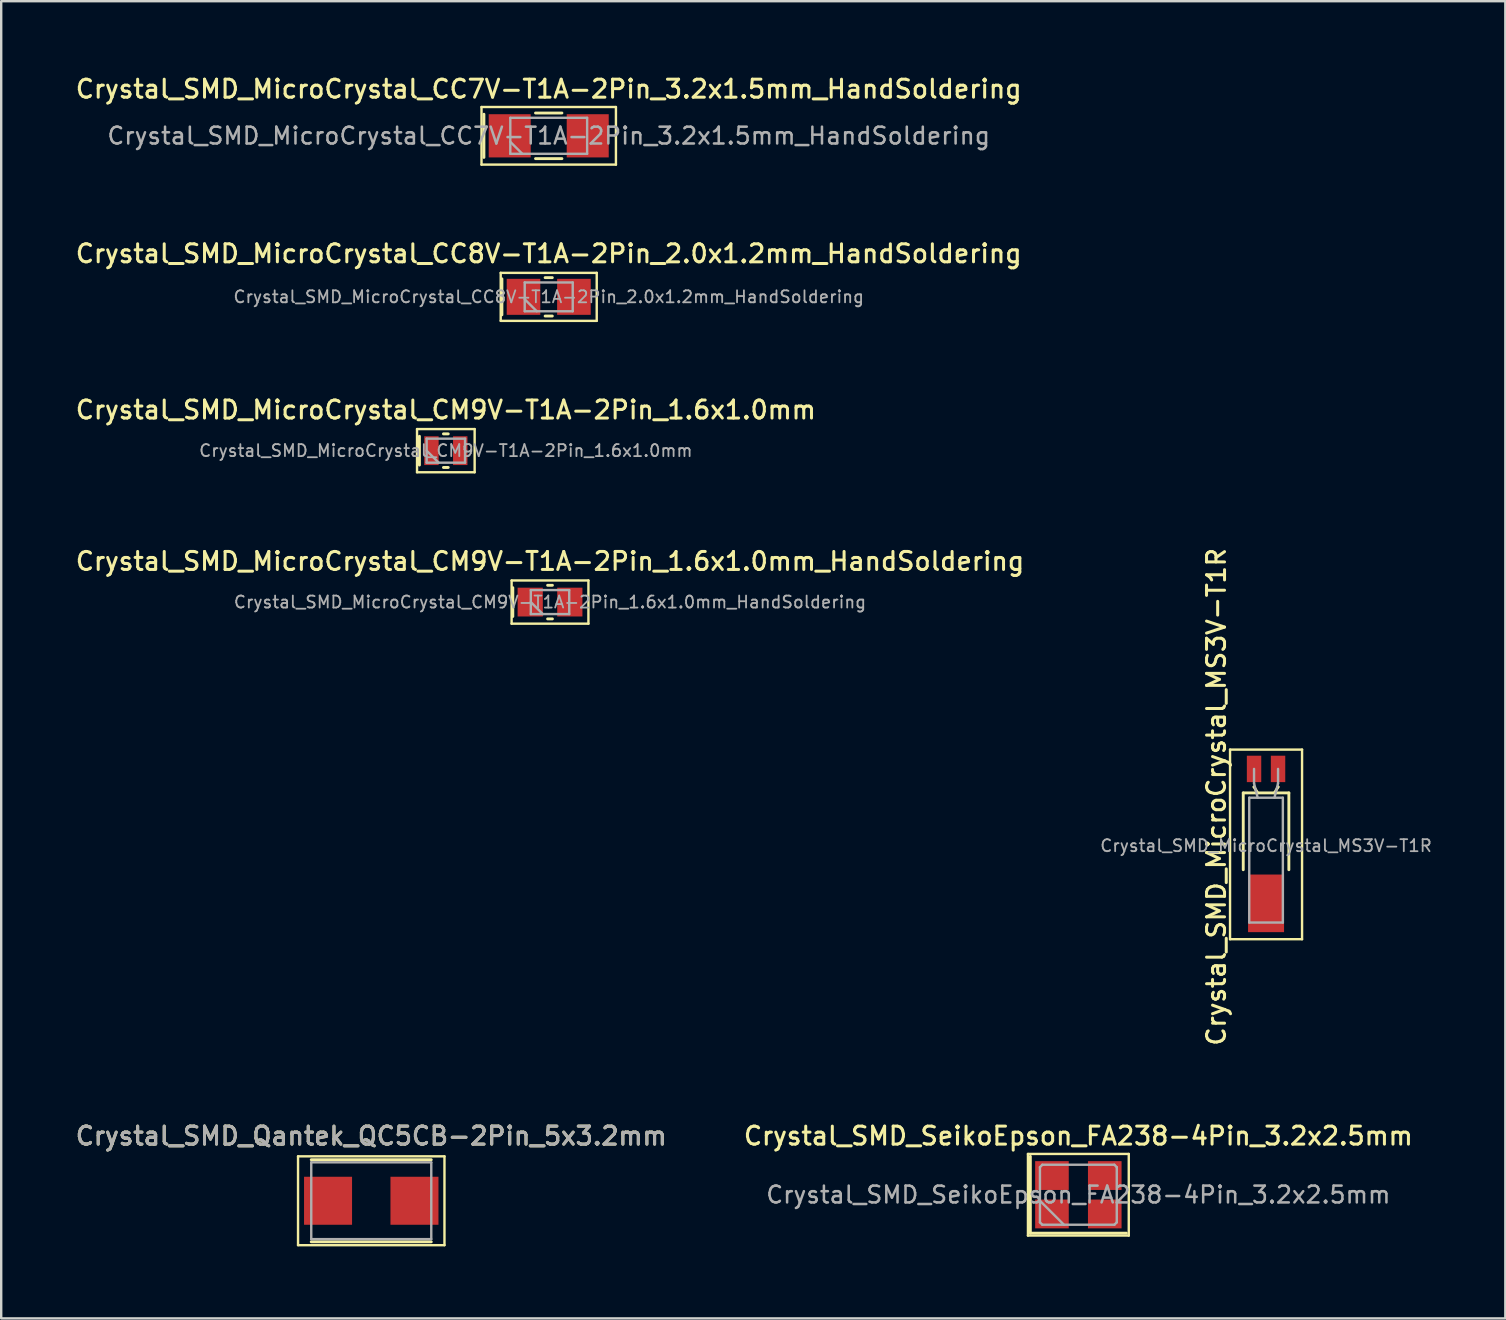
<source format=kicad_pcb>
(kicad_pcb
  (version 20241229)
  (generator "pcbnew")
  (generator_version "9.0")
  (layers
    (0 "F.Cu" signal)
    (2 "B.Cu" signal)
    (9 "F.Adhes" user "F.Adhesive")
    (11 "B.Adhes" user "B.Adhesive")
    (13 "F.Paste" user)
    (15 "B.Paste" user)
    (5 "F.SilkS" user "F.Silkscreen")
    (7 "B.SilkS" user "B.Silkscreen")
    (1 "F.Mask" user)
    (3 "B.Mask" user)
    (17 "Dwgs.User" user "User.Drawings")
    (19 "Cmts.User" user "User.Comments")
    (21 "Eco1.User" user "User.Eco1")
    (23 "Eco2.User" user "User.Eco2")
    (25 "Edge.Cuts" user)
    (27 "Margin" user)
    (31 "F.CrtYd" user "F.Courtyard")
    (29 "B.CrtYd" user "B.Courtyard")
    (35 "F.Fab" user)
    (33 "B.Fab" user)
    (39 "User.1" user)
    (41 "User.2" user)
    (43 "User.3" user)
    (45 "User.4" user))
  (footprint "Crystal_SMD_Qantek_QC5CB-2Pin_5x3.2mm"
    (layer "F.Cu")
    (at 12.416 46.972)
    (property "Reference" "Crystal_SMD_Qantek_QC5CB-2Pin_5x3.2mm" (at 0 -2.7 0) (layer "F.SilkS") (effects (font (size 0.75 0.75) (thickness 0.125))))
    (attr smd)
    (fp_line (start -3.05 -1.85) (end -3.05 1.85) (stroke (width 0.1) (type solid)) (layer "F.SilkS"))
    (fp_line (start -3.05 -1.85) (end 3.05 -1.85) (stroke (width 0.1) (type solid)) (layer "F.SilkS"))
    (fp_line (start -3.05 1.85) (end 3.05 1.85) (stroke (width 0.1) (type solid)) (layer "F.SilkS"))
    (fp_line (start -2.5 -1.71) (end 2.5 -1.71) (stroke (width 0.12) (type solid)) (layer "F.SilkS"))
    (fp_line (start -2.5 1.71) (end 2.5 1.71) (stroke (width 0.12) (type solid)) (layer "F.SilkS"))
    (fp_line (start 3.05 -1.85) (end 3.05 1.85) (stroke (width 0.1) (type solid)) (layer "F.SilkS"))
    (fp_line (start -2.5 -1.6) (end -2.5 1.6) (stroke (width 0.1) (type solid)) (layer "F.Fab"))
    (fp_line (start -2.5 -1.6) (end 2.5 -1.6) (stroke (width 0.1) (type solid)) (layer "F.Fab"))
    (fp_line (start -2.5 1.6) (end 2.5 1.6) (stroke (width 0.1) (type solid)) (layer "F.Fab"))
    (fp_line (start 2.5 -1.6) (end 2.5 1.6) (stroke (width 0.1) (type solid)) (layer "F.Fab"))
    (fp_text user "${REFERENCE}" (at 0 -2.7 0) (layer "F.Fab") (effects (font (size 0.75 0.75) (thickness 0.125))))
    (pad "1" smd rect (at -1.8 0) (size 2 2) (layers "F.Cu" "F.Mask" "F.Paste"))
    (pad "2" smd rect (at 1.8 0) (size 2 2) (layers "F.Cu" "F.Mask" "F.Paste")))
  (footprint "Crystal_SMD_MicroCrystal_CC7V-T1A-2Pin_3.2x1.5mm_HandSoldering"
    (layer "F.Cu")
    (at 19.809 2.608)
    (property "Reference" "Crystal_SMD_MicroCrystal_CC7V-T1A-2Pin_3.2x1.5mm_HandSoldering" (at 0 -1.95 0) (layer "F.SilkS") (effects (font (size 0.75 0.75) (thickness 0.125))))
    (attr smd)
    (fp_line (start -2.8 -1.2) (end -2.8 1.2) (stroke (width 0.1) (type solid)) (layer "F.SilkS"))
    (fp_line (start -2.8 1.2) (end 2.8 1.2) (stroke (width 0.1) (type solid)) (layer "F.SilkS"))
    (fp_line (start -2.7 -0.9) (end -2.7 0.9) (stroke (width 0.12) (type solid)) (layer "F.SilkS"))
    (fp_line (start -0.55 -0.95) (end 0.55 -0.95) (stroke (width 0.12) (type solid)) (layer "F.SilkS"))
    (fp_line (start -0.55 0.95) (end 0.55 0.95) (stroke (width 0.12) (type solid)) (layer "F.SilkS"))
    (fp_line (start 2.8 -1.2) (end -2.8 -1.2) (stroke (width 0.1) (type solid)) (layer "F.SilkS"))
    (fp_line (start 2.8 1.2) (end 2.8 -1.2) (stroke (width 0.1) (type solid)) (layer "F.SilkS"))
    (fp_line (start -1.6 -0.75) (end -1.6 0.75) (stroke (width 0.1) (type solid)) (layer "F.Fab"))
    (fp_line (start -1.6 0.25) (end -1.1 0.75) (stroke (width 0.1) (type solid)) (layer "F.Fab"))
    (fp_line (start -1.6 0.75) (end 1.6 0.75) (stroke (width 0.1) (type solid)) (layer "F.Fab"))
    (fp_line (start 1.6 -0.75) (end -1.6 -0.75) (stroke (width 0.1) (type solid)) (layer "F.Fab"))
    (fp_line (start 1.6 0.75) (end 1.6 -0.75) (stroke (width 0.1) (type solid)) (layer "F.Fab"))
    (fp_text user "${REFERENCE}" (at 0 0 0) (layer "F.Fab") (effects (font (size 0.7 0.7) (thickness 0.105))))
    (pad "1" smd rect (at -1.625 0) (size 1.75 1.8) (layers "F.Cu" "F.Mask" "F.Paste"))
    (pad "2" smd rect (at 1.625 0) (size 1.75 1.8) (layers "F.Cu" "F.Mask" "F.Paste")))
  (footprint "Crystal_SMD_SeikoEpson_FA238-4Pin_3.2x2.5mm"
    (layer "F.Cu")
    (at 41.873 46.722)
    (property "Reference" "Crystal_SMD_SeikoEpson_FA238-4Pin_3.2x2.5mm" (at 0 -2.45 0) (layer "F.SilkS") (effects (font (size 0.75 0.75) (thickness 0.125))))
    (attr smd)
    (fp_line (start -2.1 -1.7) (end -2.1 1.7) (stroke (width 0.1) (type solid)) (layer "F.SilkS"))
    (fp_line (start -2.1 1.7) (end 2.1 1.7) (stroke (width 0.1) (type solid)) (layer "F.SilkS"))
    (fp_line (start -2 -1.6) (end -2 1.6) (stroke (width 0.12) (type solid)) (layer "F.SilkS"))
    (fp_line (start -2 1.6) (end 2 1.6) (stroke (width 0.12) (type solid)) (layer "F.SilkS"))
    (fp_line (start 2.1 -1.7) (end -2.1 -1.7) (stroke (width 0.1) (type solid)) (layer "F.SilkS"))
    (fp_line (start 2.1 1.7) (end 2.1 -1.7) (stroke (width 0.1) (type solid)) (layer "F.SilkS"))
    (fp_line (start -1.6 -1.15) (end -1.5 -1.25) (stroke (width 0.1) (type solid)) (layer "F.Fab"))
    (fp_line (start -1.6 0.25) (end -0.6 1.25) (stroke (width 0.1) (type solid)) (layer "F.Fab"))
    (fp_line (start -1.6 1.15) (end -1.6 -1.15) (stroke (width 0.1) (type solid)) (layer "F.Fab"))
    (fp_line (start -1.5 -1.25) (end 1.5 -1.25) (stroke (width 0.1) (type solid)) (layer "F.Fab"))
    (fp_line (start -1.5 1.25) (end -1.6 1.15) (stroke (width 0.1) (type solid)) (layer "F.Fab"))
    (fp_line (start 1.5 -1.25) (end 1.6 -1.15) (stroke (width 0.1) (type solid)) (layer "F.Fab"))
    (fp_line (start 1.5 1.25) (end -1.5 1.25) (stroke (width 0.1) (type solid)) (layer "F.Fab"))
    (fp_line (start 1.6 -1.15) (end 1.6 1.15) (stroke (width 0.1) (type solid)) (layer "F.Fab"))
    (fp_line (start 1.6 1.15) (end 1.5 1.25) (stroke (width 0.1) (type solid)) (layer "F.Fab"))
    (fp_text user "${REFERENCE}" (at 0 0 0) (layer "F.Fab") (effects (font (size 0.7 0.7) (thickness 0.105))))
    (pad "1" smd rect (at -1.1 0.8) (size 1.4 1.2) (layers "F.Cu" "F.Mask" "F.Paste"))
    (pad "2" smd rect (at 1.1 0.8) (size 1.4 1.2) (layers "F.Cu" "F.Mask" "F.Paste"))
    (pad "3" smd rect (at 1.1 -0.8) (size 1.4 1.2) (layers "F.Cu" "F.Mask" "F.Paste"))
    (pad "4" smd rect (at -1.1 -0.8) (size 1.4 1.2) (layers "F.Cu" "F.Mask" "F.Paste")))
  (footprint "Crystal_SMD_MicroCrystal_MS3V-T1R"
    (layer "F.Cu")
    (at 49.692 32.107)
    (property "Reference" "Crystal_SMD_MicroCrystal_MS3V-T1R" (at -2.07 -1.962 90) (layer "F.SilkS") (effects (font (size 0.75 0.75) (thickness 0.125))))
    (attr smd)
    (fp_line (start -1.5 -3.93) (end -1.5 3.97) (stroke (width 0.1) (type solid)) (layer "F.SilkS"))
    (fp_line (start -1.5 3.97) (end 1.5 3.97) (stroke (width 0.1) (type solid)) (layer "F.SilkS"))
    (fp_line (start -0.95 -2.125) (end 0.95 -2.125) (stroke (width 0.12) (type solid)) (layer "F.SilkS"))
    (fp_line (start -0.95 1.075) (end -0.95 -2.125) (stroke (width 0.12) (type solid)) (layer "F.SilkS"))
    (fp_line (start -0.5 -2.375) (end -0.5 -2.375) (stroke (width 0.12) (type solid)) (layer "F.SilkS"))
    (fp_line (start -0.35 -2.125) (end -0.5 -2.375) (stroke (width 0.12) (type solid)) (layer "F.SilkS"))
    (fp_line (start 0.35 -2.125) (end 0.5 -2.375) (stroke (width 0.12) (type solid)) (layer "F.SilkS"))
    (fp_line (start 0.5 -2.375) (end 0.5 -2.375) (stroke (width 0.12) (type solid)) (layer "F.SilkS"))
    (fp_line (start 0.95 -2.125) (end 0.95 1.075) (stroke (width 0.12) (type solid)) (layer "F.SilkS"))
    (fp_line (start 1.5 -3.93) (end -1.5 -3.93) (stroke (width 0.1) (type solid)) (layer "F.SilkS"))
    (fp_line (start 1.5 3.97) (end 1.5 -3.93) (stroke (width 0.1) (type solid)) (layer "F.SilkS"))
    (fp_line (start -0.7 -1.925) (end -0.7 3.275) (stroke (width 0.1) (type solid)) (layer "F.Fab"))
    (fp_line (start -0.7 3.275) (end 0.7 3.275) (stroke (width 0.1) (type solid)) (layer "F.Fab"))
    (fp_line (start -0.5 -2.525) (end -0.5 -3.125) (stroke (width 0.1) (type solid)) (layer "F.Fab"))
    (fp_line (start -0.35 -1.925) (end -0.5 -2.525) (stroke (width 0.1) (type solid)) (layer "F.Fab"))
    (fp_line (start 0.35 -1.925) (end 0.5 -2.525) (stroke (width 0.1) (type solid)) (layer "F.Fab"))
    (fp_line (start 0.5 -2.525) (end 0.5 -3.125) (stroke (width 0.1) (type solid)) (layer "F.Fab"))
    (fp_line (start 0.7 -1.925) (end -0.7 -1.925) (stroke (width 0.1) (type solid)) (layer "F.Fab"))
    (fp_line (start 0.7 3.275) (end 0.7 -1.925) (stroke (width 0.1) (type solid)) (layer "F.Fab"))
    (fp_text user "${REFERENCE}" (at 0 0.075 0) (layer "F.Fab") (effects (font (size 0.5 0.5) (thickness 0.075))))
    (pad "1" smd rect (at -0.5 -3.125) (size 0.6 1.1) (layers "F.Cu" "F.Mask" "F.Paste"))
    (pad "2" smd rect (at 0.5 -3.125) (size 0.6 1.1) (layers "F.Cu" "F.Mask" "F.Paste"))
    (pad "3" smd rect (at 0 2.475) (size 1.5 2.4) (layers "F.Cu" "F.Mask" "F.Paste")))
  (footprint "Crystal_SMD_MicroCrystal_CM9V-T1A-2Pin_1.6x1.0mm_HandSoldering"
    (layer "F.Cu")
    (at 19.863 22.032)
    (property "Reference" "Crystal_SMD_MicroCrystal_CM9V-T1A-2Pin_1.6x1.0mm_HandSoldering" (at 0 -1.7 0) (layer "F.SilkS") (effects (font (size 0.75 0.75) (thickness 0.125))))
    (attr smd)
    (fp_line (start -1.6 -0.9) (end -1.6 0.9) (stroke (width 0.1) (type solid)) (layer "F.SilkS"))
    (fp_line (start -1.6 0.9) (end 1.6 0.9) (stroke (width 0.1) (type solid)) (layer "F.SilkS"))
    (fp_line (start -1.55 -0.6) (end -1.55 0.6) (stroke (width 0.12) (type solid)) (layer "F.SilkS"))
    (fp_line (start -0.1 -0.7) (end 0.1 -0.7) (stroke (width 0.12) (type solid)) (layer "F.SilkS"))
    (fp_line (start -0.1 0.7) (end 0.1 0.7) (stroke (width 0.12) (type solid)) (layer "F.SilkS"))
    (fp_line (start 1.6 -0.9) (end -1.6 -0.9) (stroke (width 0.1) (type solid)) (layer "F.SilkS"))
    (fp_line (start 1.6 0.9) (end 1.6 -0.9) (stroke (width 0.1) (type solid)) (layer "F.SilkS"))
    (fp_line (start -0.8 -0.5) (end -0.8 0.5) (stroke (width 0.1) (type solid)) (layer "F.Fab"))
    (fp_line (start -0.8 0) (end -0.3 0.5) (stroke (width 0.1) (type solid)) (layer "F.Fab"))
    (fp_line (start -0.8 0.5) (end 0.8 0.5) (stroke (width 0.1) (type solid)) (layer "F.Fab"))
    (fp_line (start 0.8 -0.5) (end -0.8 -0.5) (stroke (width 0.1) (type solid)) (layer "F.Fab"))
    (fp_line (start 0.8 0.5) (end 0.8 -0.5) (stroke (width 0.1) (type solid)) (layer "F.Fab"))
    (fp_text user "${REFERENCE}" (at 0 0 0) (layer "F.Fab") (effects (font (size 0.5 0.5) (thickness 0.075))))
    (pad "1" smd rect (at -0.825 0) (size 1.05 1.2) (layers "F.Cu" "F.Mask" "F.Paste"))
    (pad "2" smd rect (at 0.825 0) (size 1.05 1.2) (layers "F.Cu" "F.Mask" "F.Paste")))
  (footprint "Crystal_SMD_MicroCrystal_CM9V-T1A-2Pin_1.6x1.0mm"
    (layer "F.Cu")
    (at 15.523 15.724)
    (property "Reference" "Crystal_SMD_MicroCrystal_CM9V-T1A-2Pin_1.6x1.0mm" (at 0 -1.7 0) (layer "F.SilkS") (effects (font (size 0.75 0.75) (thickness 0.125))))
    (attr smd)
    (fp_line (start -1.2 -0.9) (end -1.2 0.9) (stroke (width 0.1) (type solid)) (layer "F.SilkS"))
    (fp_line (start -1.2 0.9) (end 1.2 0.9) (stroke (width 0.1) (type solid)) (layer "F.SilkS"))
    (fp_line (start -1.1 -0.6) (end -1.1 0.6) (stroke (width 0.12) (type solid)) (layer "F.SilkS"))
    (fp_line (start -0.1 -0.7) (end 0.1 -0.7) (stroke (width 0.12) (type solid)) (layer "F.SilkS"))
    (fp_line (start -0.1 0.7) (end 0.1 0.7) (stroke (width 0.12) (type solid)) (layer "F.SilkS"))
    (fp_line (start 1.2 -0.9) (end -1.2 -0.9) (stroke (width 0.1) (type solid)) (layer "F.SilkS"))
    (fp_line (start 1.2 0.9) (end 1.2 -0.9) (stroke (width 0.1) (type solid)) (layer "F.SilkS"))
    (fp_line (start -0.8 -0.5) (end -0.8 0.5) (stroke (width 0.1) (type solid)) (layer "F.Fab"))
    (fp_line (start -0.8 0) (end -0.3 0.5) (stroke (width 0.1) (type solid)) (layer "F.Fab"))
    (fp_line (start -0.8 0.5) (end 0.8 0.5) (stroke (width 0.1) (type solid)) (layer "F.Fab"))
    (fp_line (start 0.8 -0.5) (end -0.8 -0.5) (stroke (width 0.1) (type solid)) (layer "F.Fab"))
    (fp_line (start 0.8 0.5) (end 0.8 -0.5) (stroke (width 0.1) (type solid)) (layer "F.Fab"))
    (fp_text user "${REFERENCE}" (at 0 0 0) (layer "F.Fab") (effects (font (size 0.5 0.5) (thickness 0.075))))
    (pad "1" smd rect (at -0.6 0) (size 0.6 1.2) (layers "F.Cu" "F.Mask" "F.Paste"))
    (pad "2" smd rect (at 0.6 0) (size 0.6 1.2) (layers "F.Cu" "F.Mask" "F.Paste")))
  (footprint "Crystal_SMD_MicroCrystal_CC8V-T1A-2Pin_2.0x1.2mm_HandSoldering"
    (layer "F.Cu")
    (at 19.809 9.316)
    (property "Reference" "Crystal_SMD_MicroCrystal_CC8V-T1A-2Pin_2.0x1.2mm_HandSoldering" (at 0 -1.8 0) (layer "F.SilkS") (effects (font (size 0.75 0.75) (thickness 0.125))))
    (attr smd)
    (fp_line (start -2 -1) (end -2 1) (stroke (width 0.1) (type solid)) (layer "F.SilkS"))
    (fp_line (start -2 1) (end 2 1) (stroke (width 0.1) (type solid)) (layer "F.SilkS"))
    (fp_line (start -1.95 -0.75) (end -1.95 0.75) (stroke (width 0.12) (type solid)) (layer "F.SilkS"))
    (fp_line (start -0.15 -0.8) (end 0.15 -0.8) (stroke (width 0.12) (type solid)) (layer "F.SilkS"))
    (fp_line (start -0.15 0.8) (end 0.15 0.8) (stroke (width 0.12) (type solid)) (layer "F.SilkS"))
    (fp_line (start 2 -1) (end -2 -1) (stroke (width 0.1) (type solid)) (layer "F.SilkS"))
    (fp_line (start 2 1) (end 2 -1) (stroke (width 0.1) (type solid)) (layer "F.SilkS"))
    (fp_line (start -1 -0.6) (end -1 0.6) (stroke (width 0.1) (type solid)) (layer "F.Fab"))
    (fp_line (start -1 0.1) (end -0.5 0.6) (stroke (width 0.1) (type solid)) (layer "F.Fab"))
    (fp_line (start -1 0.6) (end 1 0.6) (stroke (width 0.1) (type solid)) (layer "F.Fab"))
    (fp_line (start 1 -0.6) (end -1 -0.6) (stroke (width 0.1) (type solid)) (layer "F.Fab"))
    (fp_line (start 1 0.6) (end 1 -0.6) (stroke (width 0.1) (type solid)) (layer "F.Fab"))
    (fp_text user "${REFERENCE}" (at 0 0 0) (layer "F.Fab") (effects (font (size 0.5 0.5) (thickness 0.075))))
    (pad "1" smd rect (at -1.05 0) (size 1.4 1.5) (layers "F.Cu" "F.Mask" "F.Paste"))
    (pad "2" smd rect (at 1.05 0) (size 1.4 1.5) (layers "F.Cu" "F.Mask" "F.Paste")))
  (gr_rect
    (start -3 -3)
    (end 59.66 51.872)
    (stroke (width 0.1) (type default))
    (fill no)
    (layer "Edge.Cuts")))
</source>
